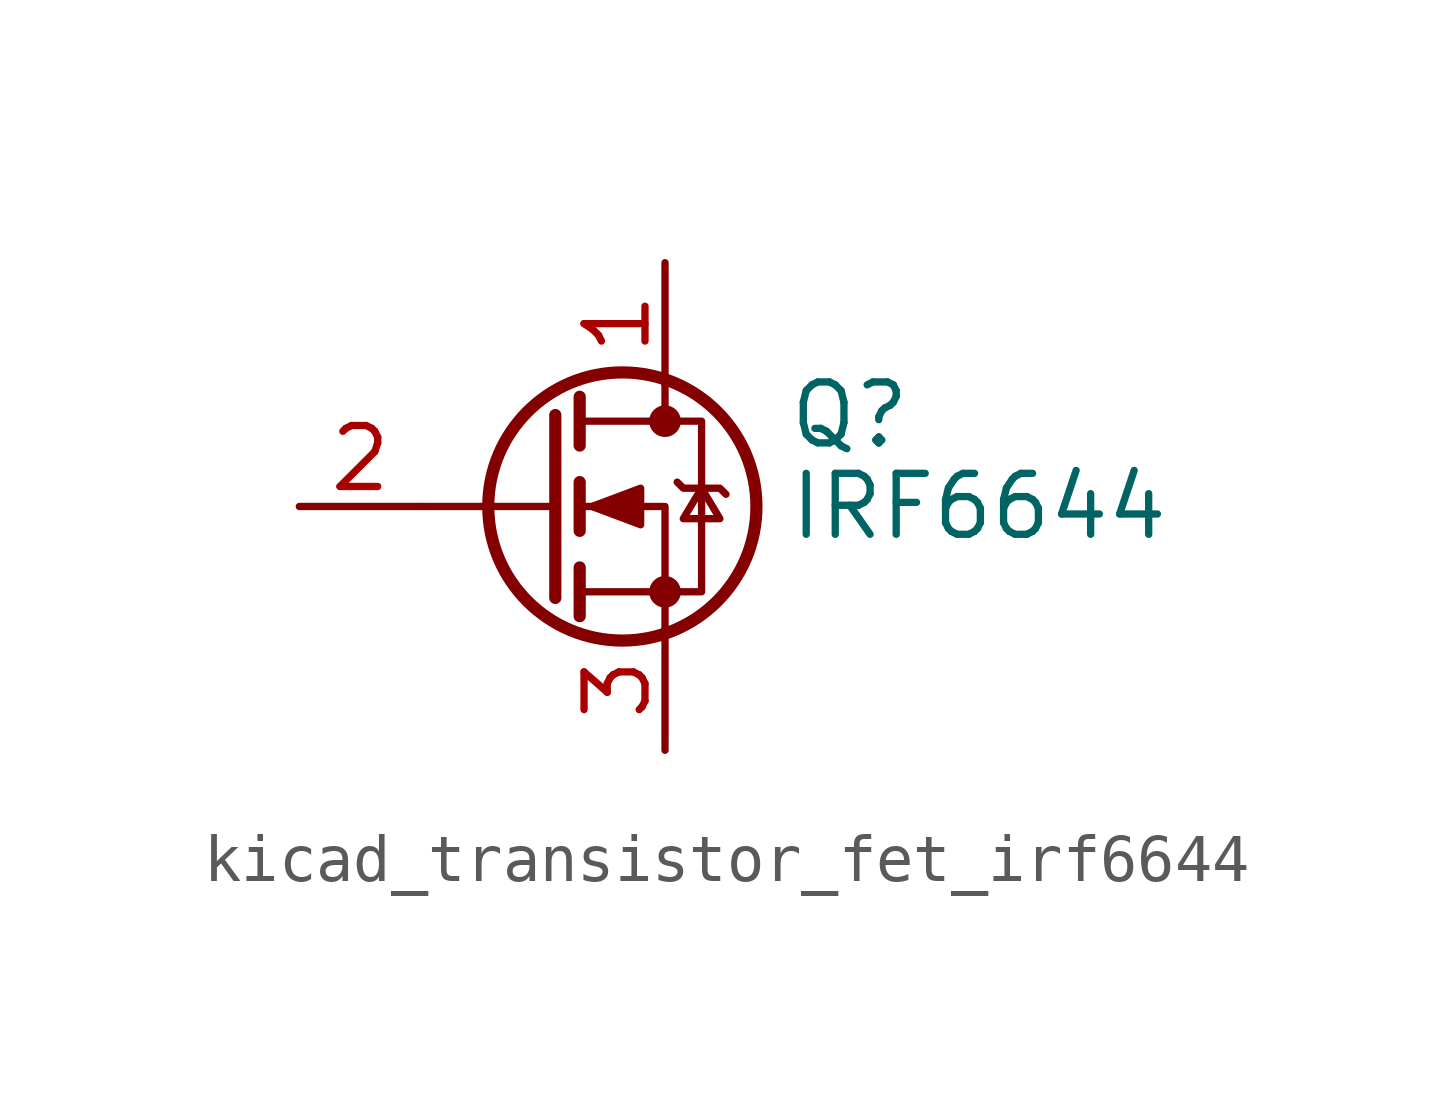
<source format=kicad_sym>
(kicad_symbol_lib
  (version 20220914)
  (generator kicad_symbol_editor)
  (symbol "kicad_transistor_fet_irf6644"
    (pin_names hide)
    (property "Reference" "Q"
      (at 5.08 1.905 0)
      (effects (font (size 1.27 1.27)) (justify left)))
    (property "Value" "IRF6644"
      (at 5.08 0 0)
      (effects (font (size 1.27 1.27)) (justify left)))
    (symbol "kicad_transistor_fet_irf6644_0_1"
      (polyline (pts (xy 0.254 0) (xy -2.54 0)) (stroke (width 0) (type default)) (fill (type none)))
      (polyline (pts (xy 0.254 1.905) (xy 0.254 -1.905)) (stroke (width 0.254) (type default)) (fill (type none)))
      (polyline (pts (xy 0.762 -1.27) (xy 0.762 -2.286)) (stroke (width 0.254) (type default)) (fill (type none)))
      (polyline (pts (xy 0.762 0.508) (xy 0.762 -0.508)) (stroke (width 0.254) (type default)) (fill (type none)))
      (polyline (pts (xy 0.762 2.286) (xy 0.762 1.27)) (stroke (width 0.254) (type default)) (fill (type none)))
      (polyline (pts (xy 2.54 2.54) (xy 2.54 1.778)) (stroke (width 0) (type default)) (fill (type none)))
      (polyline (pts (xy 2.54 -2.54) (xy 2.54 0) (xy 0.762 0)) (stroke (width 0) (type default)) (fill (type none)))
      (polyline (pts (xy 0.762 -1.778) (xy 3.302 -1.778) (xy 3.302 1.778) (xy 0.762 1.778)) (stroke (width 0) (type default)) (fill (type none)))
      (polyline (pts (xy 1.016 0) (xy 2.032 0.381) (xy 2.032 -0.381) (xy 1.016 0)) (stroke (width 0) (type default)) (fill (type outline)))
      (polyline (pts (xy 2.794 0.508) (xy 2.921 0.381) (xy 3.683 0.381) (xy 3.81 0.254)) (stroke (width 0) (type default)) (fill (type none)))
      (polyline (pts (xy 3.302 0.381) (xy 2.921 -0.254) (xy 3.683 -0.254) (xy 3.302 0.381)) (stroke (width 0) (type default)) (fill (type none)))
      (circle (center 1.651 0) (radius 2.794) (stroke (width 0.254) (type default)) (fill (type none)))
      (circle (center 2.54 -1.778) (radius 0.254) (stroke (width 0) (type default)) (fill (type outline)))
      (circle (center 2.54 1.778) (radius 0.254) (stroke (width 0) (type default)) (fill (type outline))))
    (symbol "kicad_transistor_fet_irf6644_1_1"
      (pin passive line (at 2.54 5.08 270) (length 2.54) (name "D" (effects (font (size 1.27 1.27)))) (number "1" (effects (font (size 1.27 1.27)))))
      (pin input line (at -5.08 0 0) (length 2.54) (name "G" (effects (font (size 1.27 1.27)))) (number "2" (effects (font (size 1.27 1.27)))))
      (pin passive line (at 2.54 -5.08 90) (length 2.54) (name "S" (effects (font (size 1.27 1.27)))) (number "3" (effects (font (size 1.27 1.27))))))))
</source>
